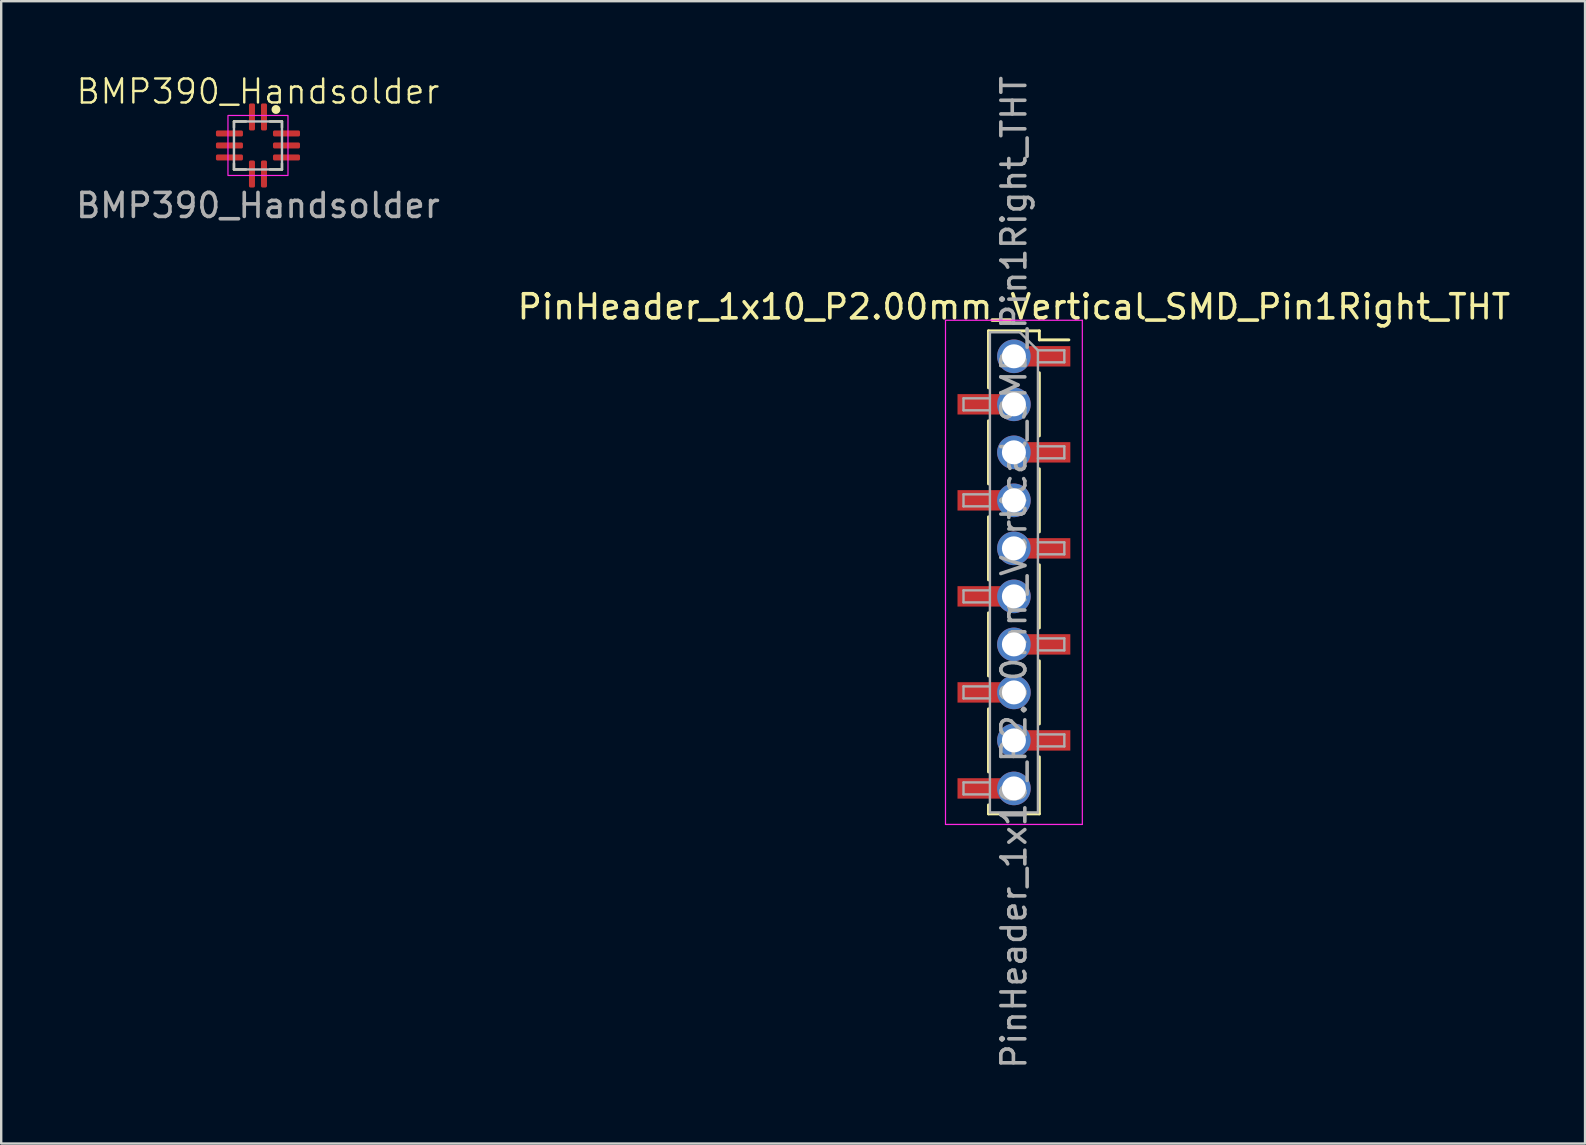
<source format=kicad_pcb>
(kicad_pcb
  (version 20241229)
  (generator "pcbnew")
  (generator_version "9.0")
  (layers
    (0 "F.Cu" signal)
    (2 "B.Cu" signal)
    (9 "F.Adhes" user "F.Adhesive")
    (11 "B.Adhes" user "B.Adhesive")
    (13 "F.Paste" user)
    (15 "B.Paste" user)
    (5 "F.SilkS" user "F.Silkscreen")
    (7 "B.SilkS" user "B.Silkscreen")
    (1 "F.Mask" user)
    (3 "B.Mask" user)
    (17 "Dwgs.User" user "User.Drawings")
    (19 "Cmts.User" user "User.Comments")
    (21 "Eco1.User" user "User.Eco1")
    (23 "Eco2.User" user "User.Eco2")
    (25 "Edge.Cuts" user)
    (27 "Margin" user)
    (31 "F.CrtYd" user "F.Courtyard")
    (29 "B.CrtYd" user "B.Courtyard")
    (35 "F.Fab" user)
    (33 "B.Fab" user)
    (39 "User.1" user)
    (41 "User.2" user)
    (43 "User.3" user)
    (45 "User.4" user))
  (footprint "PinHeader_1x10_P2.00mm_Vertical_SMD_Pin1Right_THT"
    (layer "F.Cu")
    (at 39.185 20.792)
    (property "Reference" "PinHeader_1x10_P2.00mm_Vertical_SMD_Pin1Right_THT" (at 0 -11.06 0) (layer "F.SilkS") (effects (font (size 1 1) (thickness 0.15))))
    (attr smd)
    (fp_line (start -1.06 -10.06) (end -1.06 -7.685) (stroke (width 0.12) (type solid)) (layer "F.SilkS"))
    (fp_line (start -1.06 -10.06) (end 1.06 -10.06) (stroke (width 0.12) (type solid)) (layer "F.SilkS"))
    (fp_line (start -1.06 -6.315) (end -1.06 -3.685) (stroke (width 0.12) (type solid)) (layer "F.SilkS"))
    (fp_line (start -1.06 -2.315) (end -1.06 0.315) (stroke (width 0.12) (type solid)) (layer "F.SilkS"))
    (fp_line (start -1.06 1.685) (end -1.06 4.315) (stroke (width 0.12) (type solid)) (layer "F.SilkS"))
    (fp_line (start -1.06 5.685) (end -1.06 8.315) (stroke (width 0.12) (type solid)) (layer "F.SilkS"))
    (fp_line (start -1.06 9.685) (end -1.06 10.06) (stroke (width 0.12) (type solid)) (layer "F.SilkS"))
    (fp_line (start -1.06 10.06) (end 1.06 10.06) (stroke (width 0.12) (type solid)) (layer "F.SilkS"))
    (fp_line (start 1.06 -10.06) (end 1.06 -9.685) (stroke (width 0.12) (type solid)) (layer "F.SilkS"))
    (fp_line (start 1.06 -9.685) (end 2.29 -9.685) (stroke (width 0.12) (type solid)) (layer "F.SilkS"))
    (fp_line (start 1.06 -8.315) (end 1.06 -5.685) (stroke (width 0.12) (type solid)) (layer "F.SilkS"))
    (fp_line (start 1.06 -4.315) (end 1.06 -1.685) (stroke (width 0.12) (type solid)) (layer "F.SilkS"))
    (fp_line (start 1.06 -0.315) (end 1.06 2.315) (stroke (width 0.12) (type solid)) (layer "F.SilkS"))
    (fp_line (start 1.06 3.685) (end 1.06 6.315) (stroke (width 0.12) (type solid)) (layer "F.SilkS"))
    (fp_line (start 1.06 7.685) (end 1.06 10.06) (stroke (width 0.12) (type solid)) (layer "F.SilkS"))
    (fp_line (start -2.85 -10.5) (end -2.85 10.5) (stroke (width 0.05) (type solid)) (layer "F.CrtYd"))
    (fp_line (start -2.85 10.5) (end 2.85 10.5) (stroke (width 0.05) (type solid)) (layer "F.CrtYd"))
    (fp_line (start 2.85 -10.5) (end -2.85 -10.5) (stroke (width 0.05) (type solid)) (layer "F.CrtYd"))
    (fp_line (start 2.85 10.5) (end 2.85 -10.5) (stroke (width 0.05) (type solid)) (layer "F.CrtYd"))
    (fp_line (start -2.1 -7.25) (end -2.1 -6.75) (stroke (width 0.1) (type solid)) (layer "F.Fab"))
    (fp_line (start -2.1 -6.75) (end -1 -6.75) (stroke (width 0.1) (type solid)) (layer "F.Fab"))
    (fp_line (start -2.1 -3.25) (end -2.1 -2.75) (stroke (width 0.1) (type solid)) (layer "F.Fab"))
    (fp_line (start -2.1 -2.75) (end -1 -2.75) (stroke (width 0.1) (type solid)) (layer "F.Fab"))
    (fp_line (start -2.1 0.75) (end -2.1 1.25) (stroke (width 0.1) (type solid)) (layer "F.Fab"))
    (fp_line (start -2.1 1.25) (end -1 1.25) (stroke (width 0.1) (type solid)) (layer "F.Fab"))
    (fp_line (start -2.1 4.75) (end -2.1 5.25) (stroke (width 0.1) (type solid)) (layer "F.Fab"))
    (fp_line (start -2.1 5.25) (end -1 5.25) (stroke (width 0.1) (type solid)) (layer "F.Fab"))
    (fp_line (start -2.1 8.75) (end -2.1 9.25) (stroke (width 0.1) (type solid)) (layer "F.Fab"))
    (fp_line (start -2.1 9.25) (end -1 9.25) (stroke (width 0.1) (type solid)) (layer "F.Fab"))
    (fp_line (start -1 -10) (end -1 10) (stroke (width 0.1) (type solid)) (layer "F.Fab"))
    (fp_line (start -1 -10) (end 0.25 -10) (stroke (width 0.1) (type solid)) (layer "F.Fab"))
    (fp_line (start -1 -7.25) (end -2.1 -7.25) (stroke (width 0.1) (type solid)) (layer "F.Fab"))
    (fp_line (start -1 -3.25) (end -2.1 -3.25) (stroke (width 0.1) (type solid)) (layer "F.Fab"))
    (fp_line (start -1 0.75) (end -2.1 0.75) (stroke (width 0.1) (type solid)) (layer "F.Fab"))
    (fp_line (start -1 4.75) (end -2.1 4.75) (stroke (width 0.1) (type solid)) (layer "F.Fab"))
    (fp_line (start -1 8.75) (end -2.1 8.75) (stroke (width 0.1) (type solid)) (layer "F.Fab"))
    (fp_line (start 1 -9.25) (end 0.25 -10) (stroke (width 0.1) (type solid)) (layer "F.Fab"))
    (fp_line (start 1 -9.25) (end 2.1 -9.25) (stroke (width 0.1) (type solid)) (layer "F.Fab"))
    (fp_line (start 1 -5.25) (end 2.1 -5.25) (stroke (width 0.1) (type solid)) (layer "F.Fab"))
    (fp_line (start 1 -1.25) (end 2.1 -1.25) (stroke (width 0.1) (type solid)) (layer "F.Fab"))
    (fp_line (start 1 2.75) (end 2.1 2.75) (stroke (width 0.1) (type solid)) (layer "F.Fab"))
    (fp_line (start 1 6.75) (end 2.1 6.75) (stroke (width 0.1) (type solid)) (layer "F.Fab"))
    (fp_line (start 1 10) (end -1 10) (stroke (width 0.1) (type solid)) (layer "F.Fab"))
    (fp_line (start 1 10) (end 1 -9.25) (stroke (width 0.1) (type solid)) (layer "F.Fab"))
    (fp_line (start 2.1 -9.25) (end 2.1 -8.75) (stroke (width 0.1) (type solid)) (layer "F.Fab"))
    (fp_line (start 2.1 -8.75) (end 1 -8.75) (stroke (width 0.1) (type solid)) (layer "F.Fab"))
    (fp_line (start 2.1 -5.25) (end 2.1 -4.75) (stroke (width 0.1) (type solid)) (layer "F.Fab"))
    (fp_line (start 2.1 -4.75) (end 1 -4.75) (stroke (width 0.1) (type solid)) (layer "F.Fab"))
    (fp_line (start 2.1 -1.25) (end 2.1 -0.75) (stroke (width 0.1) (type solid)) (layer "F.Fab"))
    (fp_line (start 2.1 -0.75) (end 1 -0.75) (stroke (width 0.1) (type solid)) (layer "F.Fab"))
    (fp_line (start 2.1 2.75) (end 2.1 3.25) (stroke (width 0.1) (type solid)) (layer "F.Fab"))
    (fp_line (start 2.1 3.25) (end 1 3.25) (stroke (width 0.1) (type solid)) (layer "F.Fab"))
    (fp_line (start 2.1 6.75) (end 2.1 7.25) (stroke (width 0.1) (type solid)) (layer "F.Fab"))
    (fp_line (start 2.1 7.25) (end 1 7.25) (stroke (width 0.1) (type solid)) (layer "F.Fab"))
    (fp_text user "${REFERENCE}" (at 0 0 90) (layer "F.Fab") (effects (font (size 1 1) (thickness 0.15))))
    (pad "1" thru_hole circle (at 0 -9) (size 1.4 1.4) (drill 1) (layers "*.Cu" "*.Mask"))
    (pad "1" smd rect (at 1.175 -9) (size 2.35 0.85) (layers "F.Cu" "F.Mask" "F.Paste"))
    (pad "2" smd rect (at -1.175 -7) (size 2.35 0.85) (layers "F.Cu" "F.Mask" "F.Paste"))
    (pad "2" thru_hole circle (at 0 -7) (size 1.4 1.4) (drill 1) (layers "*.Cu" "*.Mask"))
    (pad "3" thru_hole circle (at 0 -5) (size 1.4 1.4) (drill 1) (layers "*.Cu" "*.Mask"))
    (pad "3" smd rect (at 1.175 -5) (size 2.35 0.85) (layers "F.Cu" "F.Mask" "F.Paste"))
    (pad "4" smd rect (at -1.175 -3) (size 2.35 0.85) (layers "F.Cu" "F.Mask" "F.Paste"))
    (pad "4" thru_hole circle (at 0 -3) (size 1.4 1.4) (drill 1) (layers "*.Cu" "*.Mask"))
    (pad "5" thru_hole circle (at 0 -1) (size 1.4 1.4) (drill 1) (layers "*.Cu" "*.Mask"))
    (pad "5" smd rect (at 1.175 -1) (size 2.35 0.85) (layers "F.Cu" "F.Mask" "F.Paste"))
    (pad "6" smd rect (at -1.175 1) (size 2.35 0.85) (layers "F.Cu" "F.Mask" "F.Paste"))
    (pad "6" thru_hole circle (at 0 1) (size 1.4 1.4) (drill 1) (layers "*.Cu" "*.Mask"))
    (pad "7" thru_hole circle (at 0 3) (size 1.4 1.4) (drill 1) (layers "*.Cu" "*.Mask"))
    (pad "7" smd rect (at 1.175 3) (size 2.35 0.85) (layers "F.Cu" "F.Mask" "F.Paste"))
    (pad "8" smd rect (at -1.175 5) (size 2.35 0.85) (layers "F.Cu" "F.Mask" "F.Paste"))
    (pad "8" thru_hole circle (at 0 5) (size 1.4 1.4) (drill 1) (layers "*.Cu" "*.Mask"))
    (pad "9" thru_hole circle (at 0 7) (size 1.4 1.4) (drill 1) (layers "*.Cu" "*.Mask"))
    (pad "9" smd rect (at 1.175 7) (size 2.35 0.85) (layers "F.Cu" "F.Mask" "F.Paste"))
    (pad "10" smd rect (at -1.175 9) (size 2.35 0.85) (layers "F.Cu" "F.Mask" "F.Paste"))
    (pad "10" thru_hole circle (at 0 9) (size 1.4 1.4) (drill 1) (layers "*.Cu" "*.Mask")))
  (footprint "BMP390_Handsolder"
    (layer "F.Cu")
    (at 7.696 3.01)
    (property "Reference" "BMP390_Handsolder" (at 0 -2.25 0) (unlocked yes) (layer "F.SilkS") (effects (font (size 1 1) (thickness 0.1))))
    (attr smd)
    (fp_line (start -1 -1) (end -1 -0.75) (stroke (width 0.1) (type default)) (layer "F.SilkS"))
    (fp_line (start -1 0.75) (end -1 1) (stroke (width 0.1) (type default)) (layer "F.SilkS"))
    (fp_line (start -1 1) (end -0.5 1) (stroke (width 0.1) (type default)) (layer "F.SilkS"))
    (fp_line (start -0.5 -1) (end -1 -1) (stroke (width 0.1) (type default)) (layer "F.SilkS"))
    (fp_line (start 0.5 -1) (end 1 -1) (stroke (width 0.1) (type default)) (layer "F.SilkS"))
    (fp_line (start 0.5 1) (end 1 1) (stroke (width 0.1) (type default)) (layer "F.SilkS"))
    (fp_line (start 1 -1) (end 1 -0.75) (stroke (width 0.1) (type default)) (layer "F.SilkS"))
    (fp_line (start 1 1) (end 1 0.75) (stroke (width 0.1) (type default)) (layer "F.SilkS"))
    (fp_circle (center 0.75 -1.5) (end 0.885 -1.5) (stroke (width 0.1) (type solid)) (fill yes) (layer "F.SilkS"))
    (fp_rect (start -1 -1) (end 1 1) (stroke (width 0.1) (type default)) (fill no) (layer "Dwgs.User"))
    (fp_rect (start -1.25 -1.25) (end 1.25 1.25) (stroke (width 0.05) (type default)) (fill no) (layer "F.CrtYd"))
    (fp_text user "${REFERENCE}" (at 0 2.5 0) (unlocked yes) (layer "F.Fab") (effects (font (size 1 1) (thickness 0.15))))
    (pad "1" smd roundrect (at 0.25 -1.188) (size 0.25 1.125) (layers "F.Cu" "F.Mask" "F.Paste") (roundrect_rratio 0.25))
    (pad "2" smd roundrect (at -0.25 -1.188) (size 0.25 1.125) (layers "F.Cu" "F.Mask" "F.Paste") (roundrect_rratio 0.25))
    (pad "3" smd roundrect (at -1.188 -0.5) (size 1.125 0.25) (layers "F.Cu" "F.Mask" "F.Paste") (roundrect_rratio 0.25))
    (pad "4" smd roundrect (at -1.188 0) (size 1.125 0.25) (layers "F.Cu" "F.Mask" "F.Paste") (roundrect_rratio 0.25))
    (pad "5" smd roundrect (at -1.188 0.5) (size 1.125 0.25) (layers "F.Cu" "F.Mask" "F.Paste") (roundrect_rratio 0.25))
    (pad "6" smd roundrect (at -0.25 1.188) (size 0.25 1.125) (layers "F.Cu" "F.Mask" "F.Paste") (roundrect_rratio 0.25))
    (pad "7" smd roundrect (at 0.25 1.188) (size 0.25 1.125) (layers "F.Cu" "F.Mask" "F.Paste") (roundrect_rratio 0.25))
    (pad "8" smd roundrect (at 1.188 0.5) (size 1.125 0.25) (layers "F.Cu" "F.Mask" "F.Paste") (roundrect_rratio 0.25))
    (pad "9" smd roundrect (at 1.188 0) (size 1.125 0.25) (layers "F.Cu" "F.Mask" "F.Paste") (roundrect_rratio 0.25))
    (pad "10" smd roundrect (at 1.188 -0.5) (size 1.125 0.25) (layers "F.Cu" "F.Mask" "F.Paste") (roundrect_rratio 0.25)))
  (gr_rect
    (start -3 -3)
    (end 62.976 44.583)
    (stroke (width 0.1) (type default))
    (fill no)
    (layer "Edge.Cuts")))
</source>
